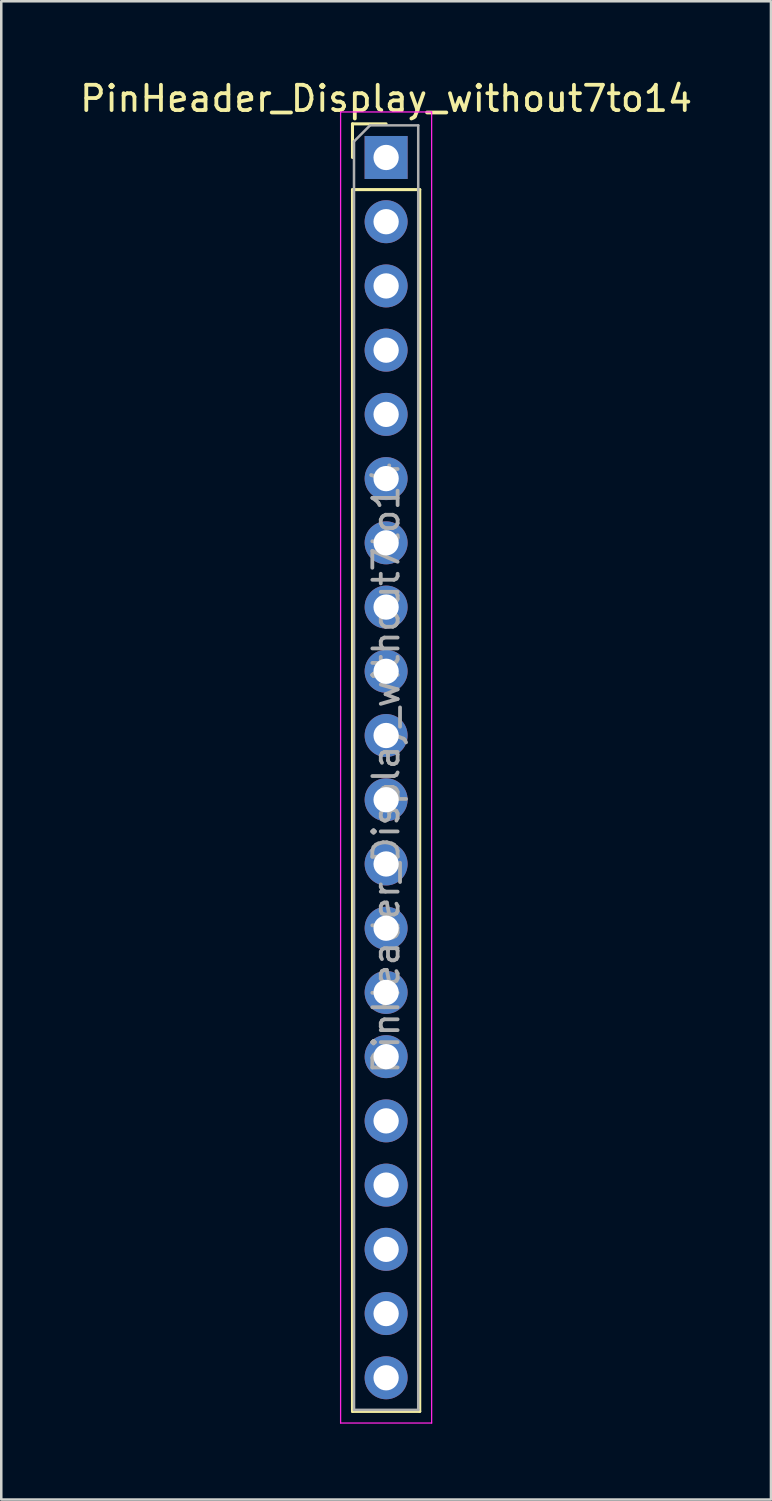
<source format=kicad_pcb>
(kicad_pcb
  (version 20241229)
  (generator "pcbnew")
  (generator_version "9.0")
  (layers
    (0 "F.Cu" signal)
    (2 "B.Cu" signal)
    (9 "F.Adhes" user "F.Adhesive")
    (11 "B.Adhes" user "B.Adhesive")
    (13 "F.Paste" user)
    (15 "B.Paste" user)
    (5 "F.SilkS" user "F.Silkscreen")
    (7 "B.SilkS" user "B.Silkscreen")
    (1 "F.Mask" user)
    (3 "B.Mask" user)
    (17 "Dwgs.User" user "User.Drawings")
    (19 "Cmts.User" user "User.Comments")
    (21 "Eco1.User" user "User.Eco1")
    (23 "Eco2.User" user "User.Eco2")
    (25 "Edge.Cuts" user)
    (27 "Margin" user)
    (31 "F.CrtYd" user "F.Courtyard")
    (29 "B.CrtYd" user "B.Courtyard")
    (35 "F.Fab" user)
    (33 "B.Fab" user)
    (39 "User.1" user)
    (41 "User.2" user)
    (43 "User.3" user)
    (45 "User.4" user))
  (footprint "PinHeader_Display_without7to14"
    (layer "F.Cu")
    (at 12.22 3.178)
    (property "Reference" "PinHeader_Display_without7to14" (at 0 -2.33 0) (layer "F.SilkS") (effects (font (size 1 1) (thickness 0.15))))
    (attr through_hole)
    (fp_line (start -1.33 -1.33) (end 0 -1.33) (stroke (width 0.12) (type solid)) (layer "F.SilkS"))
    (fp_line (start -1.33 0) (end -1.33 -1.33) (stroke (width 0.12) (type solid)) (layer "F.SilkS"))
    (fp_line (start -1.33 1.27) (end -1.33 49.59) (stroke (width 0.12) (type solid)) (layer "F.SilkS"))
    (fp_line (start -1.33 1.27) (end 1.33 1.27) (stroke (width 0.12) (type solid)) (layer "F.SilkS"))
    (fp_line (start -1.33 49.59) (end 1.33 49.59) (stroke (width 0.12) (type solid)) (layer "F.SilkS"))
    (fp_line (start 1.33 1.27) (end 1.33 49.59) (stroke (width 0.12) (type solid)) (layer "F.SilkS"))
    (fp_line (start -1.8 -1.8) (end -1.8 50.05) (stroke (width 0.05) (type solid)) (layer "F.CrtYd"))
    (fp_line (start -1.8 50.05) (end 1.8 50.05) (stroke (width 0.05) (type solid)) (layer "F.CrtYd"))
    (fp_line (start 1.8 -1.8) (end -1.8 -1.8) (stroke (width 0.05) (type solid)) (layer "F.CrtYd"))
    (fp_line (start 1.8 50.05) (end 1.8 -1.8) (stroke (width 0.05) (type solid)) (layer "F.CrtYd"))
    (fp_line (start -1.27 -0.635) (end -0.635 -1.27) (stroke (width 0.1) (type solid)) (layer "F.Fab"))
    (fp_line (start -1.27 49.53) (end -1.27 -0.635) (stroke (width 0.1) (type solid)) (layer "F.Fab"))
    (fp_line (start -0.635 -1.27) (end 1.27 -1.27) (stroke (width 0.1) (type solid)) (layer "F.Fab"))
    (fp_line (start 1.27 -1.27) (end 1.27 49.53) (stroke (width 0.1) (type solid)) (layer "F.Fab"))
    (fp_line (start 1.27 49.53) (end -1.27 49.53) (stroke (width 0.1) (type solid)) (layer "F.Fab"))
    (fp_text user "${REFERENCE}" (at 0 24.13 90) (layer "F.Fab") (effects (font (size 1 1) (thickness 0.15))))
    (pad "1" thru_hole rect (at 0 0) (size 1.7 1.7) (drill 1) (layers "*.Cu" "*.Mask"))
    (pad "2" thru_hole oval (at 0 2.54) (size 1.7 1.7) (drill 1) (layers "*.Cu" "*.Mask"))
    (pad "3" thru_hole oval (at 0 5.08) (size 1.7 1.7) (drill 1) (layers "*.Cu" "*.Mask"))
    (pad "4" thru_hole oval (at 0 7.62) (size 1.7 1.7) (drill 1) (layers "*.Cu" "*.Mask"))
    (pad "5" thru_hole oval (at 0 10.16) (size 1.7 1.7) (drill 1) (layers "*.Cu" "*.Mask"))
    (pad "6" thru_hole oval (at 0 12.7) (size 1.7 1.7) (drill 1) (layers "*.Cu" "*.Mask"))
    (pad "7" thru_hole oval (at 0 15.24) (size 1.7 1.7) (drill 1) (layers "*.Cu" "*.Mask"))
    (pad "8" thru_hole oval (at 0 17.78) (size 1.7 1.7) (drill 1) (layers "*.Cu" "*.Mask"))
    (pad "9" thru_hole oval (at 0 20.32) (size 1.7 1.7) (drill 1) (layers "*.Cu" "*.Mask"))
    (pad "10" thru_hole oval (at 0 22.86) (size 1.7 1.7) (drill 1) (layers "*.Cu" "*.Mask"))
    (pad "11" thru_hole oval (at 0 25.4) (size 1.7 1.7) (drill 1) (layers "*.Cu" "*.Mask"))
    (pad "12" thru_hole oval (at 0 27.94) (size 1.7 1.7) (drill 1) (layers "*.Cu" "*.Mask"))
    (pad "13" thru_hole oval (at 0 30.48) (size 1.7 1.7) (drill 1) (layers "*.Cu" "*.Mask"))
    (pad "14" thru_hole oval (at 0 33.02) (size 1.7 1.7) (drill 1) (layers "*.Cu" "*.Mask"))
    (pad "15" thru_hole oval (at 0 35.56) (size 1.7 1.7) (drill 1) (layers "*.Cu" "*.Mask"))
    (pad "16" thru_hole oval (at 0 38.1) (size 1.7 1.7) (drill 1) (layers "*.Cu" "*.Mask"))
    (pad "17" thru_hole oval (at 0 40.64) (size 1.7 1.7) (drill 1) (layers "*.Cu" "*.Mask"))
    (pad "18" thru_hole oval (at 0 43.18) (size 1.7 1.7) (drill 1) (layers "*.Cu" "*.Mask"))
    (pad "19" thru_hole oval (at 0 45.72) (size 1.7 1.7) (drill 1) (layers "*.Cu" "*.Mask"))
    (pad "20" thru_hole oval (at 0 48.26) (size 1.7 1.7) (drill 1) (layers "*.Cu" "*.Mask")))
  (gr_rect
    (start -3 -3)
    (end 27.44 56.253)
    (stroke (width 0.1) (type default))
    (fill no)
    (layer "Edge.Cuts")))
</source>
